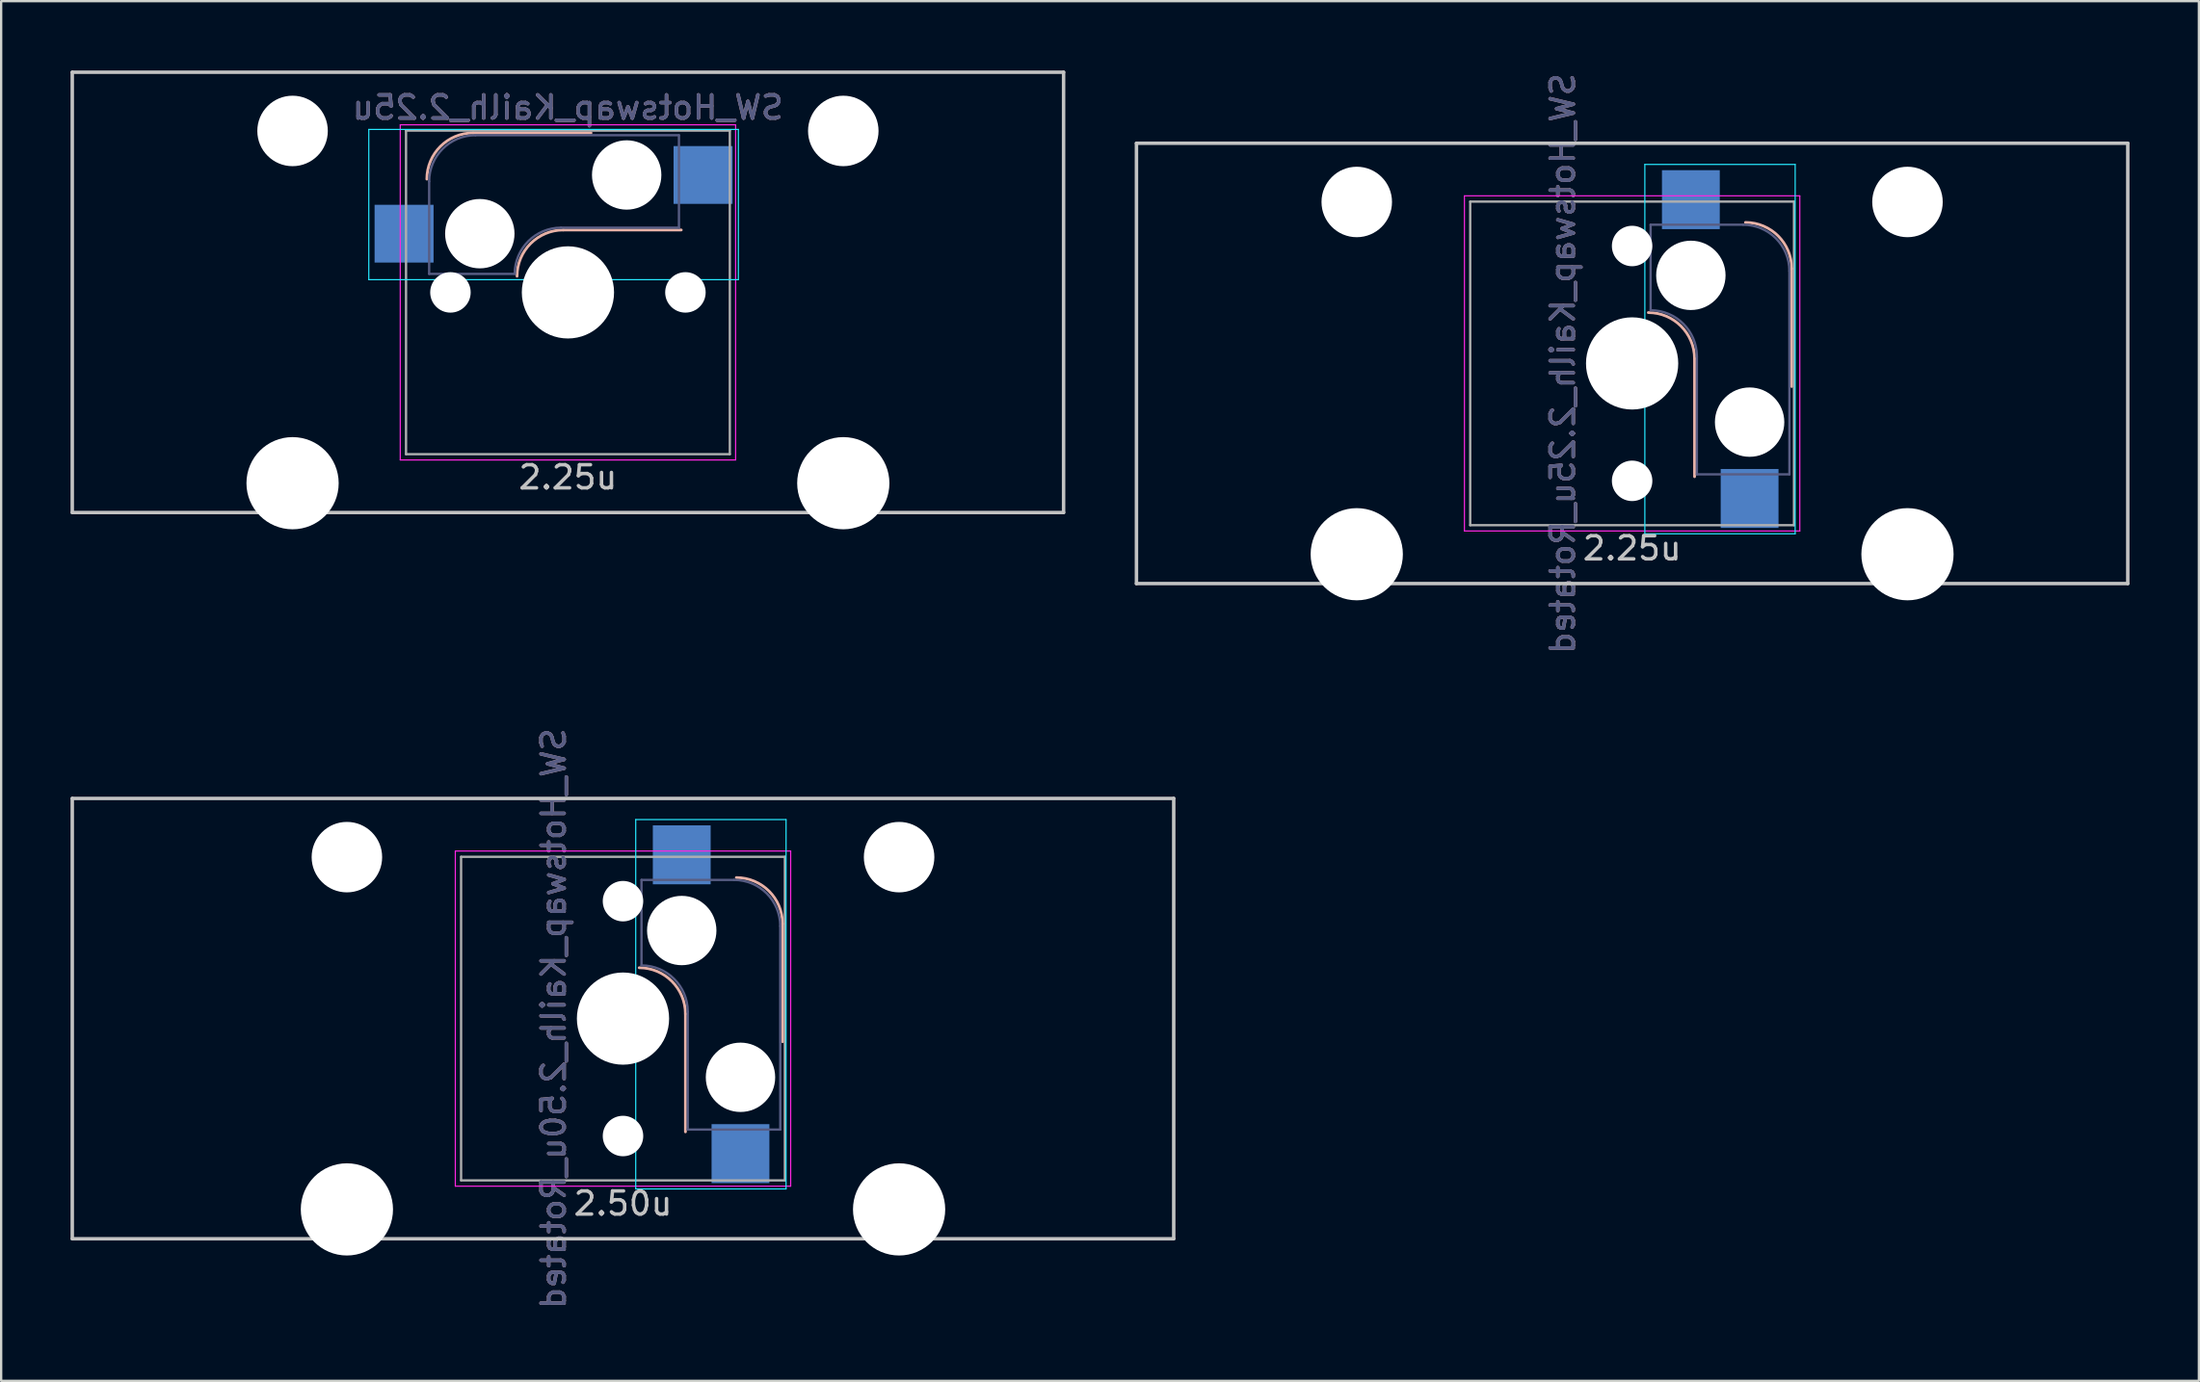
<source format=kicad_pcb>
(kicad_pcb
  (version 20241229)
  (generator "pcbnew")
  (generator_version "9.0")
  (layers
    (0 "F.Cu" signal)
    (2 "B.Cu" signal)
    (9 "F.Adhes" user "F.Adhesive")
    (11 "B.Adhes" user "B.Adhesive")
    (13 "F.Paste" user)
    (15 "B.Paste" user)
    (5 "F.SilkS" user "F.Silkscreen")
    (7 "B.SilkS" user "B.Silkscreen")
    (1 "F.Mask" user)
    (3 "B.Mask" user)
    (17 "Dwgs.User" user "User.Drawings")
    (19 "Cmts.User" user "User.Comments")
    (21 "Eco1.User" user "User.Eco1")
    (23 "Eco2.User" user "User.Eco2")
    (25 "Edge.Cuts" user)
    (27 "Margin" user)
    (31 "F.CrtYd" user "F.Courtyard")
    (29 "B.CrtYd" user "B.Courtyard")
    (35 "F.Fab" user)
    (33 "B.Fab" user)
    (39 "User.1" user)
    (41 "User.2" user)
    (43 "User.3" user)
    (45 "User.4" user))
  (footprint "SW_Hotswap_Kailh_2.50u_Rotated"
    (layer "F.Cu")
    (at 23.887 41.018)
    (property "Reference" "SW_Hotswap_Kailh_2.50u_Rotated" (at -3 0 90) (layer "B.SilkS") (effects (font (size 1 1) (thickness 0.15)) (justify mirror)))
    (attr smd)
    (fp_line (start 2.7 4.9) (end 2.7 -0.2) (stroke (width 0.12) (type solid)) (layer "B.SilkS"))
    (fp_line (start 6.9 1) (end 6.9 -4.1) (stroke (width 0.12) (type solid)) (layer "B.SilkS"))
    (fp_arc (start 0.7 -2.2) (mid 2.114214 -1.614214) (end 2.7 -0.2) (stroke (width 0.12) (type solid)) (layer "B.SilkS"))
    (fp_arc (start 4.9 -6.1) (mid 6.314214 -5.514214) (end 6.9 -4.1) (stroke (width 0.12) (type solid)) (layer "B.SilkS"))
    (fp_line (start -23.812 -9.525) (end 23.812 -9.525) (stroke (width 0.15) (type solid)) (layer "Dwgs.User"))
    (fp_line (start -23.812 9.525) (end -23.812 -9.525) (stroke (width 0.15) (type solid)) (layer "Dwgs.User"))
    (fp_line (start -23.812 9.525) (end 23.812 9.525) (stroke (width 0.15) (type solid)) (layer "Dwgs.User"))
    (fp_line (start 23.812 -9.525) (end 23.812 9.525) (stroke (width 0.15) (type solid)) (layer "Dwgs.User"))
    (fp_line (start 0.55 -8.61) (end 0.55 7.37) (stroke (width 0.05) (type solid)) (layer "B.CrtYd"))
    (fp_line (start 0.55 -8.61) (end 7.05 -8.61) (stroke (width 0.05) (type solid)) (layer "B.CrtYd"))
    (fp_line (start 7.05 -8.61) (end 7.05 7.37) (stroke (width 0.05) (type solid)) (layer "B.CrtYd"))
    (fp_line (start 7.05 7.37) (end 0.55 7.37) (stroke (width 0.05) (type solid)) (layer "B.CrtYd"))
    (fp_line (start -7.25 -7.25) (end 7.25 -7.25) (stroke (width 0.05) (type solid)) (layer "F.CrtYd"))
    (fp_line (start -7.25 7.25) (end -7.25 -7.25) (stroke (width 0.05) (type solid)) (layer "F.CrtYd"))
    (fp_line (start 7.25 -7.25) (end 7.25 7.25) (stroke (width 0.05) (type solid)) (layer "F.CrtYd"))
    (fp_line (start 7.25 7.25) (end -7.25 7.25) (stroke (width 0.05) (type solid)) (layer "F.CrtYd"))
    (fp_line (start 0.8 -6) (end 0.8 -2.3) (stroke (width 0.1) (type solid)) (layer "B.Fab"))
    (fp_line (start 0.8 -6) (end 4.8 -6) (stroke (width 0.1) (type solid)) (layer "B.Fab"))
    (fp_line (start 2.8 -0.3) (end 2.8 4.8) (stroke (width 0.1) (type solid)) (layer "B.Fab"))
    (fp_line (start 6.8 -4) (end 6.8 4.8) (stroke (width 0.1) (type solid)) (layer "B.Fab"))
    (fp_line (start 6.8 4.8) (end 2.8 4.8) (stroke (width 0.1) (type solid)) (layer "B.Fab"))
    (fp_arc (start 0.8 -2.3) (mid 2.214214 -1.714214) (end 2.8 -0.3) (stroke (width 0.1) (type solid)) (layer "B.Fab"))
    (fp_arc (start 4.8 -6) (mid 6.214214 -5.414214) (end 6.8 -4) (stroke (width 0.1) (type solid)) (layer "B.Fab"))
    (fp_line (start -7 -7) (end 7 -7) (stroke (width 0.1) (type solid)) (layer "F.Fab"))
    (fp_line (start -7 7) (end -7 -7) (stroke (width 0.1) (type solid)) (layer "F.Fab"))
    (fp_line (start 7 -7) (end 7 7) (stroke (width 0.1) (type solid)) (layer "F.Fab"))
    (fp_line (start 7 7) (end -7 7) (stroke (width 0.1) (type solid)) (layer "F.Fab"))
    (fp_text user "2.50u" (at 0 8 0) (layer "Dwgs.User") (effects (font (size 1 1) (thickness 0.15))))
    (fp_text user "${REFERENCE}" (at -3 0 90) (layer "B.Fab") (effects (font (size 1 1) (thickness 0.15)) (justify mirror)))
    (pad "" np_thru_hole circle (at -11.938 -6.985) (size 3.048 3.048) (drill 3.048) (layers "*.Cu" "*.Mask"))
    (pad "" np_thru_hole circle (at -11.938 8.255) (size 3.988 3.988) (drill 3.988) (layers "*.Cu" "*.Mask"))
    (pad "" np_thru_hole circle (at 0 -5.08 318.1) (size 1.75 1.75) (drill 1.75) (layers "*.Cu" "*.Mask"))
    (pad "" np_thru_hole circle (at 0 0 270) (size 3.988 3.988) (drill 3.988) (layers "*.Cu" "*.Mask"))
    (pad "" np_thru_hole circle (at 0 5.08 318.1) (size 1.75 1.75) (drill 1.75) (layers "*.Cu" "*.Mask"))
    (pad "" np_thru_hole circle (at 2.54 -3.81 270) (size 3 3) (drill 3) (layers "*.Cu" "*.Mask"))
    (pad "" np_thru_hole circle (at 5.08 2.54 270) (size 3 3) (drill 3) (layers "*.Cu" "*.Mask"))
    (pad "" np_thru_hole circle (at 11.938 -6.985) (size 3.048 3.048) (drill 3.048) (layers "*.Cu" "*.Mask"))
    (pad "" np_thru_hole circle (at 11.938 8.255) (size 3.988 3.988) (drill 3.988) (layers "*.Cu" "*.Mask"))
    (pad "1" smd rect (at 2.54 -7.085 270) (size 2.55 2.5) (layers "B.Cu" "B.Mask" "B.Paste"))
    (pad "2" smd rect (at 5.08 5.842 270) (size 2.55 2.5) (layers "B.Cu" "B.Mask" "B.Paste")))
  (footprint "SW_Hotswap_Kailh_2.25u"
    (layer "F.Cu")
    (at 21.506 9.6)
    (property "Reference" "SW_Hotswap_Kailh_2.25u" (at 0 -8 0) (layer "B.SilkS") (effects (font (size 1 1) (thickness 0.15)) (justify mirror)))
    (attr smd)
    (fp_line (start 1 -6.9) (end -4.1 -6.9) (stroke (width 0.12) (type solid)) (layer "B.SilkS"))
    (fp_line (start 4.9 -2.7) (end -0.2 -2.7) (stroke (width 0.12) (type solid)) (layer "B.SilkS"))
    (fp_arc (start -6.1 -4.9) (mid -5.514214 -6.314214) (end -4.1 -6.9) (stroke (width 0.12) (type solid)) (layer "B.SilkS"))
    (fp_arc (start -2.2 -0.7) (mid -1.614214 -2.114214) (end -0.2 -2.7) (stroke (width 0.12) (type solid)) (layer "B.SilkS"))
    (fp_line (start -21.431 -9.525) (end 21.431 -9.525) (stroke (width 0.15) (type solid)) (layer "Dwgs.User"))
    (fp_line (start -21.431 9.525) (end -21.431 -9.525) (stroke (width 0.15) (type solid)) (layer "Dwgs.User"))
    (fp_line (start -21.431 9.525) (end 21.431 9.525) (stroke (width 0.15) (type solid)) (layer "Dwgs.User"))
    (fp_line (start 21.431 -9.525) (end 21.431 9.525) (stroke (width 0.15) (type solid)) (layer "Dwgs.User"))
    (fp_line (start -8.61 -7.05) (end 7.37 -7.05) (stroke (width 0.05) (type solid)) (layer "B.CrtYd"))
    (fp_line (start -8.61 -0.55) (end -8.61 -7.05) (stroke (width 0.05) (type solid)) (layer "B.CrtYd"))
    (fp_line (start -8.61 -0.55) (end 7.37 -0.55) (stroke (width 0.05) (type solid)) (layer "B.CrtYd"))
    (fp_line (start 7.37 -7.05) (end 7.37 -0.55) (stroke (width 0.05) (type solid)) (layer "B.CrtYd"))
    (fp_line (start -7.25 -7.25) (end 7.25 -7.25) (stroke (width 0.05) (type solid)) (layer "F.CrtYd"))
    (fp_line (start -7.25 7.25) (end -7.25 -7.25) (stroke (width 0.05) (type solid)) (layer "F.CrtYd"))
    (fp_line (start 7.25 -7.25) (end 7.25 7.25) (stroke (width 0.05) (type solid)) (layer "F.CrtYd"))
    (fp_line (start 7.25 7.25) (end -7.25 7.25) (stroke (width 0.05) (type solid)) (layer "F.CrtYd"))
    (fp_line (start -6 -0.8) (end -6 -4.8) (stroke (width 0.1) (type solid)) (layer "B.Fab"))
    (fp_line (start -6 -0.8) (end -2.3 -0.8) (stroke (width 0.1) (type solid)) (layer "B.Fab"))
    (fp_line (start -4 -6.8) (end 4.8 -6.8) (stroke (width 0.1) (type solid)) (layer "B.Fab"))
    (fp_line (start -0.3 -2.8) (end 4.8 -2.8) (stroke (width 0.1) (type solid)) (layer "B.Fab"))
    (fp_line (start 4.8 -6.8) (end 4.8 -2.8) (stroke (width 0.1) (type solid)) (layer "B.Fab"))
    (fp_arc (start -6 -4.8) (mid -5.414214 -6.214214) (end -4 -6.8) (stroke (width 0.1) (type solid)) (layer "B.Fab"))
    (fp_arc (start -2.3 -0.8) (mid -1.714214 -2.214214) (end -0.3 -2.8) (stroke (width 0.1) (type solid)) (layer "B.Fab"))
    (fp_line (start -7 -7) (end 7 -7) (stroke (width 0.1) (type solid)) (layer "F.Fab"))
    (fp_line (start -7 7) (end -7 -7) (stroke (width 0.1) (type solid)) (layer "F.Fab"))
    (fp_line (start 7 -7) (end 7 7) (stroke (width 0.1) (type solid)) (layer "F.Fab"))
    (fp_line (start 7 7) (end -7 7) (stroke (width 0.1) (type solid)) (layer "F.Fab"))
    (fp_text user "2.25u" (at 0 8 0) (layer "Dwgs.User") (effects (font (size 1 1) (thickness 0.15))))
    (fp_text user "${REFERENCE}" (at 0 -8 0) (layer "B.Fab") (effects (font (size 1 1) (thickness 0.15)) (justify mirror)))
    (pad "" np_thru_hole circle (at -11.906 -6.985) (size 3.048 3.048) (drill 3.048) (layers "*.Cu" "*.Mask"))
    (pad "" np_thru_hole circle (at -11.906 8.255) (size 3.988 3.988) (drill 3.988) (layers "*.Cu" "*.Mask"))
    (pad "" np_thru_hole circle (at -5.08 0 48.1) (size 1.75 1.75) (drill 1.75) (layers "*.Cu" "*.Mask"))
    (pad "" np_thru_hole circle (at -3.81 -2.54) (size 3 3) (drill 3) (layers "*.Cu" "*.Mask"))
    (pad "" np_thru_hole circle (at 0 0) (size 3.988 3.988) (drill 3.988) (layers "*.Cu" "*.Mask"))
    (pad "" np_thru_hole circle (at 2.54 -5.08) (size 3 3) (drill 3) (layers "*.Cu" "*.Mask"))
    (pad "" np_thru_hole circle (at 5.08 0 48.1) (size 1.75 1.75) (drill 1.75) (layers "*.Cu" "*.Mask"))
    (pad "" np_thru_hole circle (at 11.906 -6.985) (size 3.048 3.048) (drill 3.048) (layers "*.Cu" "*.Mask"))
    (pad "" np_thru_hole circle (at 11.906 8.255) (size 3.988 3.988) (drill 3.988) (layers "*.Cu" "*.Mask"))
    (pad "1" smd rect (at -7.085 -2.54) (size 2.55 2.5) (layers "B.Cu" "B.Mask" "B.Paste"))
    (pad "2" smd rect (at 5.842 -5.08) (size 2.55 2.5) (layers "B.Cu" "B.Mask" "B.Paste")))
  (footprint "SW_Hotswap_Kailh_2.25u_Rotated"
    (layer "F.Cu")
    (at 67.519 12.673)
    (property "Reference" "SW_Hotswap_Kailh_2.25u_Rotated" (at -3 0 90) (layer "B.SilkS") (effects (font (size 1 1) (thickness 0.15)) (justify mirror)))
    (attr smd)
    (fp_line (start 2.7 4.9) (end 2.7 -0.2) (stroke (width 0.12) (type solid)) (layer "B.SilkS"))
    (fp_line (start 6.9 1) (end 6.9 -4.1) (stroke (width 0.12) (type solid)) (layer "B.SilkS"))
    (fp_arc (start 0.7 -2.2) (mid 2.114214 -1.614214) (end 2.7 -0.2) (stroke (width 0.12) (type solid)) (layer "B.SilkS"))
    (fp_arc (start 4.9 -6.1) (mid 6.314214 -5.514214) (end 6.9 -4.1) (stroke (width 0.12) (type solid)) (layer "B.SilkS"))
    (fp_line (start -21.431 -9.525) (end 21.431 -9.525) (stroke (width 0.15) (type solid)) (layer "Dwgs.User"))
    (fp_line (start -21.431 9.525) (end -21.431 -9.525) (stroke (width 0.15) (type solid)) (layer "Dwgs.User"))
    (fp_line (start -21.431 9.525) (end 21.431 9.525) (stroke (width 0.15) (type solid)) (layer "Dwgs.User"))
    (fp_line (start 21.431 -9.525) (end 21.431 9.525) (stroke (width 0.15) (type solid)) (layer "Dwgs.User"))
    (fp_line (start 0.55 -8.61) (end 0.55 7.37) (stroke (width 0.05) (type solid)) (layer "B.CrtYd"))
    (fp_line (start 0.55 -8.61) (end 7.05 -8.61) (stroke (width 0.05) (type solid)) (layer "B.CrtYd"))
    (fp_line (start 7.05 -8.61) (end 7.05 7.37) (stroke (width 0.05) (type solid)) (layer "B.CrtYd"))
    (fp_line (start 7.05 7.37) (end 0.55 7.37) (stroke (width 0.05) (type solid)) (layer "B.CrtYd"))
    (fp_line (start -7.25 -7.25) (end 7.25 -7.25) (stroke (width 0.05) (type solid)) (layer "F.CrtYd"))
    (fp_line (start -7.25 7.25) (end -7.25 -7.25) (stroke (width 0.05) (type solid)) (layer "F.CrtYd"))
    (fp_line (start 7.25 -7.25) (end 7.25 7.25) (stroke (width 0.05) (type solid)) (layer "F.CrtYd"))
    (fp_line (start 7.25 7.25) (end -7.25 7.25) (stroke (width 0.05) (type solid)) (layer "F.CrtYd"))
    (fp_line (start 0.8 -6) (end 0.8 -2.3) (stroke (width 0.1) (type solid)) (layer "B.Fab"))
    (fp_line (start 0.8 -6) (end 4.8 -6) (stroke (width 0.1) (type solid)) (layer "B.Fab"))
    (fp_line (start 2.8 -0.3) (end 2.8 4.8) (stroke (width 0.1) (type solid)) (layer "B.Fab"))
    (fp_line (start 6.8 -4) (end 6.8 4.8) (stroke (width 0.1) (type solid)) (layer "B.Fab"))
    (fp_line (start 6.8 4.8) (end 2.8 4.8) (stroke (width 0.1) (type solid)) (layer "B.Fab"))
    (fp_arc (start 0.8 -2.3) (mid 2.214214 -1.714214) (end 2.8 -0.3) (stroke (width 0.1) (type solid)) (layer "B.Fab"))
    (fp_arc (start 4.8 -6) (mid 6.214214 -5.414214) (end 6.8 -4) (stroke (width 0.1) (type solid)) (layer "B.Fab"))
    (fp_line (start -7 -7) (end 7 -7) (stroke (width 0.1) (type solid)) (layer "F.Fab"))
    (fp_line (start -7 7) (end -7 -7) (stroke (width 0.1) (type solid)) (layer "F.Fab"))
    (fp_line (start 7 -7) (end 7 7) (stroke (width 0.1) (type solid)) (layer "F.Fab"))
    (fp_line (start 7 7) (end -7 7) (stroke (width 0.1) (type solid)) (layer "F.Fab"))
    (fp_text user "2.25u" (at 0 8 0) (layer "Dwgs.User") (effects (font (size 1 1) (thickness 0.15))))
    (fp_text user "${REFERENCE}" (at -3 0 90) (layer "B.Fab") (effects (font (size 1 1) (thickness 0.15)) (justify mirror)))
    (pad "" np_thru_hole circle (at -11.906 -6.985) (size 3.048 3.048) (drill 3.048) (layers "*.Cu" "*.Mask"))
    (pad "" np_thru_hole circle (at -11.906 8.255) (size 3.988 3.988) (drill 3.988) (layers "*.Cu" "*.Mask"))
    (pad "" np_thru_hole circle (at 0 -5.08 318.1) (size 1.75 1.75) (drill 1.75) (layers "*.Cu" "*.Mask"))
    (pad "" np_thru_hole circle (at 0 0 270) (size 3.988 3.988) (drill 3.988) (layers "*.Cu" "*.Mask"))
    (pad "" np_thru_hole circle (at 0 5.08 318.1) (size 1.75 1.75) (drill 1.75) (layers "*.Cu" "*.Mask"))
    (pad "" np_thru_hole circle (at 2.54 -3.81 270) (size 3 3) (drill 3) (layers "*.Cu" "*.Mask"))
    (pad "" np_thru_hole circle (at 5.08 2.54 270) (size 3 3) (drill 3) (layers "*.Cu" "*.Mask"))
    (pad "" np_thru_hole circle (at 11.906 -6.985) (size 3.048 3.048) (drill 3.048) (layers "*.Cu" "*.Mask"))
    (pad "" np_thru_hole circle (at 11.906 8.255) (size 3.988 3.988) (drill 3.988) (layers "*.Cu" "*.Mask"))
    (pad "1" smd rect (at 2.54 -7.085 270) (size 2.55 2.5) (layers "B.Cu" "B.Mask" "B.Paste"))
    (pad "2" smd rect (at 5.08 5.842 270) (size 2.55 2.5) (layers "B.Cu" "B.Mask" "B.Paste")))
  (gr_rect
    (start -3 -3)
    (end 92.025 56.69)
    (stroke (width 0.1) (type default))
    (fill no)
    (layer "Edge.Cuts")))
</source>
